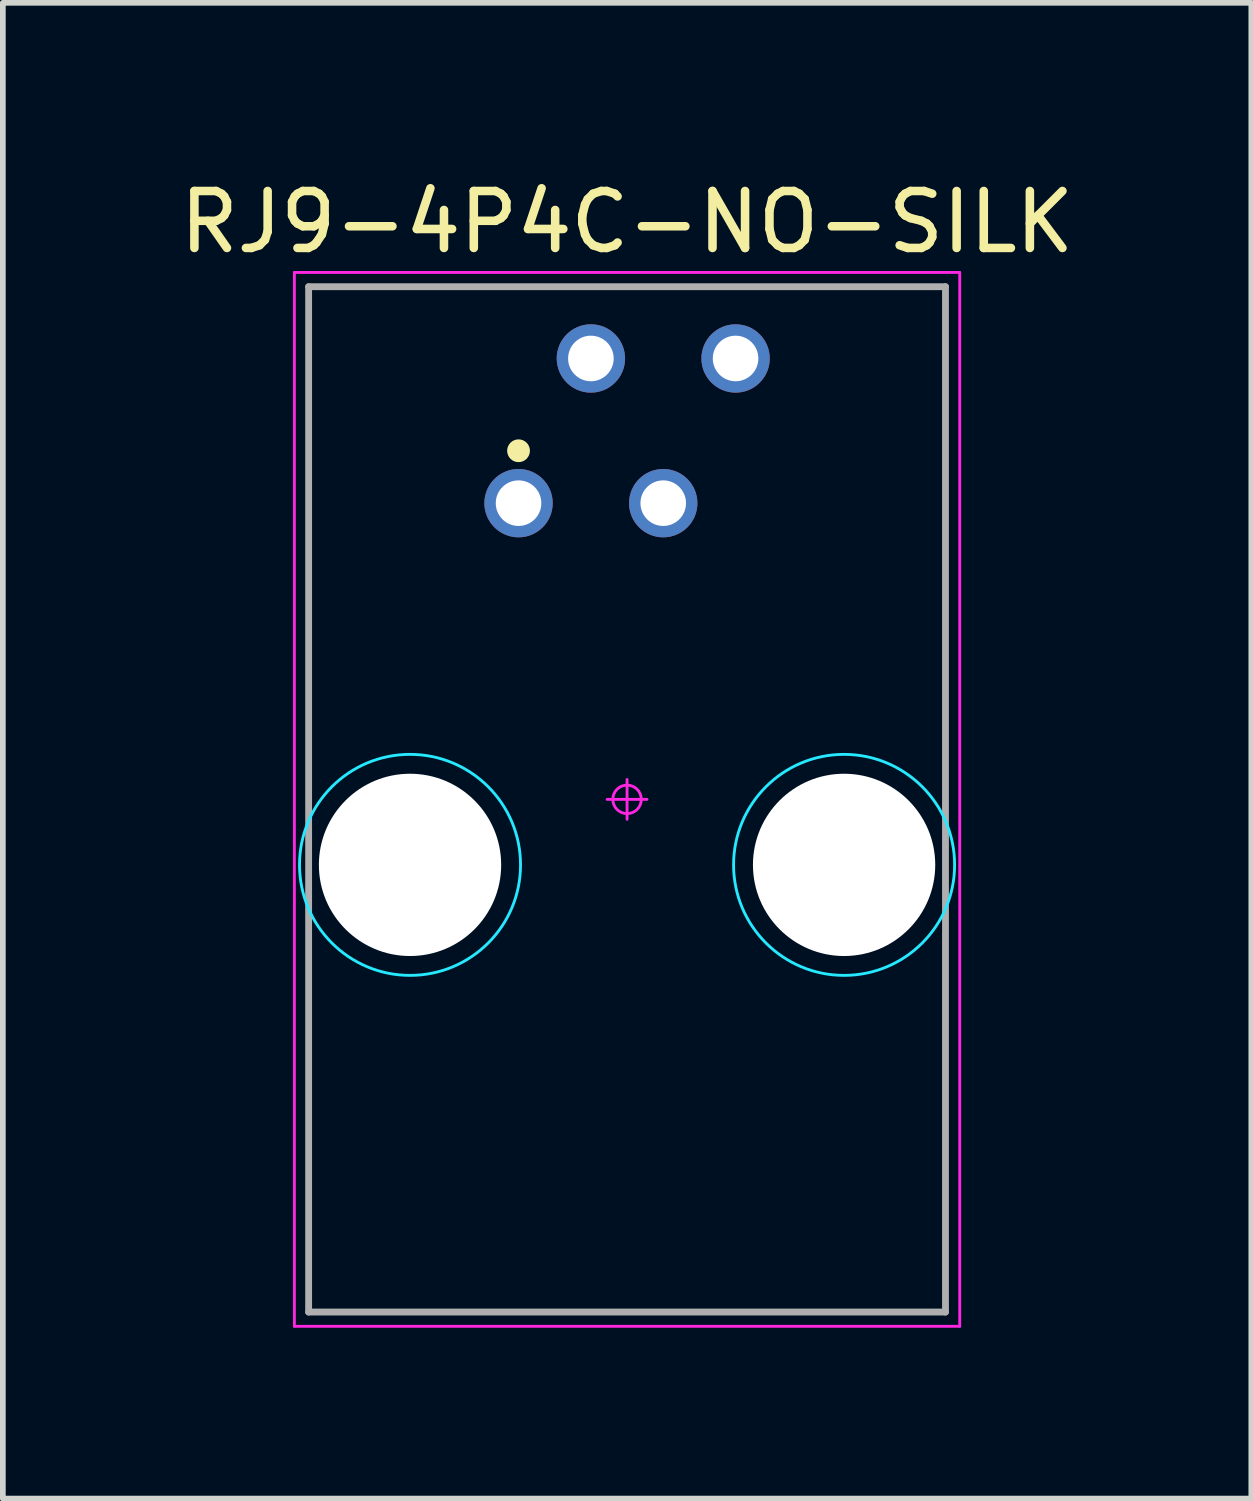
<source format=kicad_pcb>
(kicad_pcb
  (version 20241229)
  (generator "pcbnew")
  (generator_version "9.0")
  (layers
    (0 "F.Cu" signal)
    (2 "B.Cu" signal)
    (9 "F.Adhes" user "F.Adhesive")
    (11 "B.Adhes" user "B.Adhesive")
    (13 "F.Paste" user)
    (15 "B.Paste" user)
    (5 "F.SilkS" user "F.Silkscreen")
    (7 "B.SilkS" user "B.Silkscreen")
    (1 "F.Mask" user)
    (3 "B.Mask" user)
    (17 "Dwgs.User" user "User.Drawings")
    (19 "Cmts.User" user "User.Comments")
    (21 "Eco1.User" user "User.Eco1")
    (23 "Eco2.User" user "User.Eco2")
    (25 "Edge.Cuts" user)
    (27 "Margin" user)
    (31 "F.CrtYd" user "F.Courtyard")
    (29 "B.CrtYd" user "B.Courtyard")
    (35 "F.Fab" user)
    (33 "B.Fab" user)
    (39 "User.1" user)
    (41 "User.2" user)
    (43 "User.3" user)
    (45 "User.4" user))
  (footprint "RJ9-4P4C-NO-SILK"
    (layer "F.Cu")
    (at 7.958 10.983)
    (property "Reference" "RJ9-4P4C-NO-SILK" (at 0 -10.135 0) (layer "F.SilkS") (effects (font (size 1 1) (thickness 0.15))))
    (attr through_hole)
    (fp_circle (center -1.905 -6.12) (end -1.805 -6.12) (stroke (width 0.2) (type solid)) (fill no) (layer "F.SilkS"))
    (fp_circle (center -3.81 1.15) (end -5.75 1.15) (stroke (width 0.05) (type solid)) (fill no) (layer "B.CrtYd"))
    (fp_circle (center 3.81 1.15) (end 5.75 1.15) (stroke (width 0.05) (type solid)) (fill no) (layer "B.CrtYd"))
    (fp_line (start -5.84 -9.25) (end 5.84 -9.25) (stroke (width 0.05) (type solid)) (layer "F.CrtYd"))
    (fp_line (start -5.84 9.25) (end -5.84 -9.25) (stroke (width 0.05) (type solid)) (layer "F.CrtYd"))
    (fp_line (start -0.35 0) (end 0.35 0) (stroke (width 0.05) (type solid)) (layer "F.CrtYd"))
    (fp_line (start 0 -0.35) (end 0 0.35) (stroke (width 0.05) (type solid)) (layer "F.CrtYd"))
    (fp_line (start 5.84 -9.25) (end 5.84 9.25) (stroke (width 0.05) (type solid)) (layer "F.CrtYd"))
    (fp_line (start 5.84 9.25) (end -5.84 9.25) (stroke (width 0.05) (type solid)) (layer "F.CrtYd"))
    (fp_circle (center 0 0) (end -0.25 0) (stroke (width 0.05) (type solid)) (fill no) (layer "F.CrtYd"))
    (fp_line (start -5.59 -9) (end 5.59 -9) (stroke (width 0.12) (type solid)) (layer "F.Fab"))
    (fp_line (start -5.59 9) (end -5.59 -9) (stroke (width 0.12) (type solid)) (layer "F.Fab"))
    (fp_line (start 5.59 -9) (end 5.59 9) (stroke (width 0.12) (type solid)) (layer "F.Fab"))
    (fp_line (start 5.59 9) (end -5.59 9) (stroke (width 0.12) (type solid)) (layer "F.Fab"))
    (pad "" np_thru_hole circle (at -3.81 1.15) (size 3.2 3.2) (drill 3.2) (layers "*.Cu" "*.Mask"))
    (pad "" np_thru_hole circle (at 3.81 1.15) (size 3.2 3.2) (drill 3.2) (layers "*.Cu" "*.Mask"))
    (pad "1" thru_hole circle (at -1.905 -5.2) (size 1.2 1.2) (drill 0.8) (layers "*.Cu" "*.Mask"))
    (pad "2" thru_hole circle (at -0.635 -7.74) (size 1.2 1.2) (drill 0.8) (layers "*.Cu" "*.Mask"))
    (pad "3" thru_hole circle (at 0.635 -5.2) (size 1.2 1.2) (drill 0.8) (layers "*.Cu" "*.Mask"))
    (pad "4" thru_hole circle (at 1.905 -7.74) (size 1.2 1.2) (drill 0.8) (layers "*.Cu" "*.Mask")))
  (gr_rect
    (start -3 -3)
    (end 18.917 23.258)
    (stroke (width 0.1) (type default))
    (fill no)
    (layer "Edge.Cuts")))
</source>
